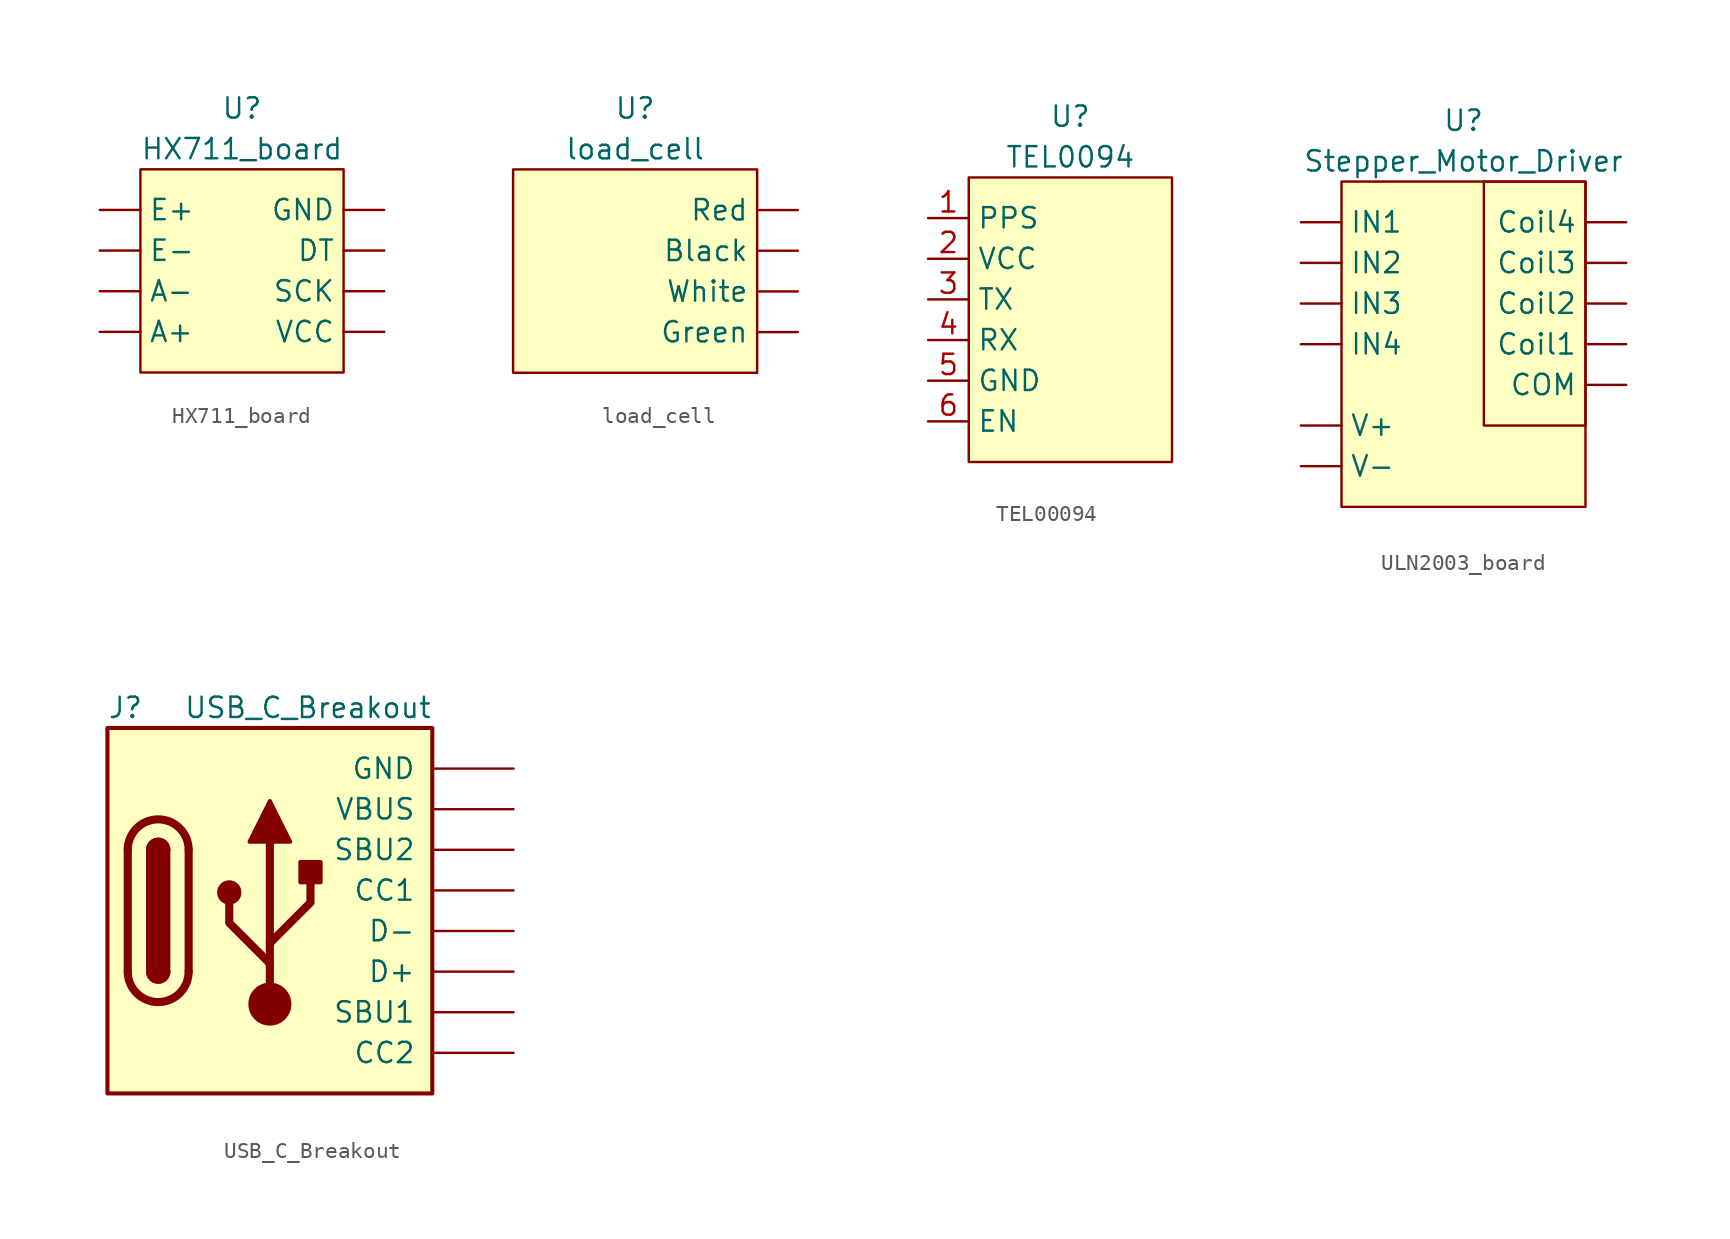
<source format=kicad_sym>
(kicad_symbol_lib
  (version 20220914)
  (generator kicad_symbol_editor)
  (symbol "HX711_board"
    (property "Reference" "U"
      (at 6.35 16.51 0)
      (effects (font (size 1.27 1.27))))
    (property "Value" "HX711_board"
      (at 6.35 13.97 0)
      (effects (font (size 1.27 1.27))))
    (symbol "HX711_board_1_1"
      (rectangle (start 0 12.7) (end 12.7 0) (stroke (width 0) (type default)) (fill (type background)))
      (pin bidirectional line (at -2.54 2.54 0) (length 2.54) (name "A+" (effects (font (size 1.27 1.27)))) (number "" (effects (font (size 1.27 1.27)))))
      (pin bidirectional line (at -2.54 5.08 0) (length 2.54) (name "A-" (effects (font (size 1.27 1.27)))) (number "" (effects (font (size 1.27 1.27)))))
      (pin bidirectional line (at 15.24 7.62 180) (length 2.54) (name "DT" (effects (font (size 1.27 1.27)))) (number "" (effects (font (size 1.27 1.27)))))
      (pin bidirectional line (at -2.54 10.16 0) (length 2.54) (name "E+" (effects (font (size 1.27 1.27)))) (number "" (effects (font (size 1.27 1.27)))))
      (pin bidirectional line (at -2.54 7.62 0) (length 2.54) (name "E-" (effects (font (size 1.27 1.27)))) (number "" (effects (font (size 1.27 1.27)))))
      (pin bidirectional line (at 15.24 10.16 180) (length 2.54) (name "GND" (effects (font (size 1.27 1.27)))) (number "" (effects (font (size 1.27 1.27)))))
      (pin bidirectional line (at 15.24 5.08 180) (length 2.54) (name "SCK" (effects (font (size 1.27 1.27)))) (number "" (effects (font (size 1.27 1.27)))))
      (pin bidirectional line (at 15.24 2.54 180) (length 2.54) (name "VCC" (effects (font (size 1.27 1.27)))) (number "" (effects (font (size 1.27 1.27)))))))
  (symbol "load_cell"
    (property "Reference" "U"
      (at 7.62 16.51 0)
      (effects (font (size 1.27 1.27))))
    (property "Value" "load_cell"
      (at 7.62 13.97 0)
      (effects (font (size 1.27 1.27))))
    (symbol "load_cell_1_1"
      (rectangle (start 0 12.7) (end 15.24 0) (stroke (width 0) (type default)) (fill (type background)))
      (pin bidirectional line (at 17.78 7.62 180) (length 2.54) (name "Black" (effects (font (size 1.27 1.27)))) (number "" (effects (font (size 1.27 1.27)))))
      (pin bidirectional line (at 17.78 2.54 180) (length 2.54) (name "Green" (effects (font (size 1.27 1.27)))) (number "" (effects (font (size 1.27 1.27)))))
      (pin bidirectional line (at 17.78 10.16 180) (length 2.54) (name "Red" (effects (font (size 1.27 1.27)))) (number "" (effects (font (size 1.27 1.27)))))
      (pin bidirectional line (at 17.78 5.08 180) (length 2.54) (name "White" (effects (font (size 1.27 1.27)))) (number "" (effects (font (size 1.27 1.27)))))))
  (symbol "TEL00094"
    (property "Reference" "U"
      (at 6.35 21.59 0)
      (effects (font (size 1.27 1.27))))
    (property "Value" "TEL0094"
      (at 6.35 19.05 0)
      (effects (font (size 1.27 1.27))))
    (symbol "TEL00094_1_1"
      (rectangle (start 0 17.78) (end 12.7 0) (stroke (width 0) (type default)) (fill (type background)))
      (pin bidirectional line (at -2.54 15.24 0) (length 2.54) (name "PPS" (effects (font (size 1.27 1.27)))) (number "1" (effects (font (size 1.27 1.27)))))
      (pin bidirectional line (at -2.54 12.7 0) (length 2.54) (name "VCC" (effects (font (size 1.27 1.27)))) (number "2" (effects (font (size 1.27 1.27)))))
      (pin bidirectional line (at -2.54 10.16 0) (length 2.54) (name "TX" (effects (font (size 1.27 1.27)))) (number "3" (effects (font (size 1.27 1.27)))))
      (pin bidirectional line (at -2.54 7.62 0) (length 2.54) (name "RX" (effects (font (size 1.27 1.27)))) (number "4" (effects (font (size 1.27 1.27)))))
      (pin bidirectional line (at -2.54 5.08 0) (length 2.54) (name "GND" (effects (font (size 1.27 1.27)))) (number "5" (effects (font (size 1.27 1.27)))))
      (pin bidirectional line (at -2.54 2.54 0) (length 2.54) (name "EN" (effects (font (size 1.27 1.27)))) (number "6" (effects (font (size 1.27 1.27)))))))
  (symbol "ULN2003_board"
    (property "Reference" "U"
      (at 7.62 24.13 0)
      (effects (font (size 1.27 1.27))))
    (property "Value" "Stepper_Motor_Driver"
      (at 7.62 21.59 0)
      (effects (font (size 1.27 1.27))))
    (symbol "ULN2003_board_1_1"
      (rectangle (start 0 20.32) (end 15.24 0) (stroke (width 0) (type default)) (fill (type background)))
      (rectangle (start 8.89 5.08) (end 15.24 20.32) (stroke (width 0) (type default)) (fill (type none)))
      (pin bidirectional line (at 17.78 7.62 180) (length 2.54) (name "COM" (effects (font (size 1.27 1.27)))) (number "" (effects (font (size 1.27 1.27)))))
      (pin bidirectional line (at 17.78 10.16 180) (length 2.54) (name "Coil1" (effects (font (size 1.27 1.27)))) (number "" (effects (font (size 1.27 1.27)))))
      (pin bidirectional line (at 17.78 12.7 180) (length 2.54) (name "Coil2" (effects (font (size 1.27 1.27)))) (number "" (effects (font (size 1.27 1.27)))))
      (pin bidirectional line (at 17.78 15.24 180) (length 2.54) (name "Coil3" (effects (font (size 1.27 1.27)))) (number "" (effects (font (size 1.27 1.27)))))
      (pin bidirectional line (at 17.78 17.78 180) (length 2.54) (name "Coil4" (effects (font (size 1.27 1.27)))) (number "" (effects (font (size 1.27 1.27)))))
      (pin bidirectional line (at -2.54 17.78 0) (length 2.54) (name "IN1" (effects (font (size 1.27 1.27)))) (number "" (effects (font (size 1.27 1.27)))))
      (pin bidirectional line (at -2.54 15.24 0) (length 2.54) (name "IN2" (effects (font (size 1.27 1.27)))) (number "" (effects (font (size 1.27 1.27)))))
      (pin bidirectional line (at -2.54 12.7 0) (length 2.54) (name "IN3" (effects (font (size 1.27 1.27)))) (number "" (effects (font (size 1.27 1.27)))))
      (pin bidirectional line (at -2.54 10.16 0) (length 2.54) (name "IN4" (effects (font (size 1.27 1.27)))) (number "" (effects (font (size 1.27 1.27)))))
      (pin bidirectional line (at -2.54 5.08 0) (length 2.54) (name "V+" (effects (font (size 1.27 1.27)))) (number "" (effects (font (size 1.27 1.27)))))
      (pin bidirectional line (at -2.54 2.54 0) (length 2.54) (name "V-" (effects (font (size 1.27 1.27)))) (number "" (effects (font (size 1.27 1.27)))))))
  (symbol "USB_C_Breakout"
    (pin_names
      (offset 1.016))
    (property "Reference" "J"
      (at -10.16 12.7 0)
      (effects (font (size 1.27 1.27)) (justify left)))
    (property "Value" "USB_C_Breakout"
      (at 10.16 12.7 0)
      (effects (font (size 1.27 1.27)) (justify right)))
    (symbol "USB_C_Breakout_0_1"
      (rectangle (start -10.16 11.43) (end 10.16 -11.43) (stroke (width 0.254) (type default)) (fill (type background)))
      (arc (start -8.89 -3.81) (mid -6.985 -5.7067) (end -5.08 -3.81) (stroke (width 0.508) (type default)) (fill (type none)))
      (arc (start -7.62 -3.81) (mid -6.985 -4.4423) (end -6.35 -3.81) (stroke (width 0.254) (type default)) (fill (type none)))
      (arc (start -7.62 -3.81) (mid -6.985 -4.4423) (end -6.35 -3.81) (stroke (width 0.254) (type default)) (fill (type outline)))
      (rectangle (start -7.62 -3.81) (end -6.35 3.81) (stroke (width 0.254) (type default)) (fill (type outline)))
      (arc (start -6.35 3.81) (mid -6.985 4.4423) (end -7.62 3.81) (stroke (width 0.254) (type default)) (fill (type none)))
      (arc (start -6.35 3.81) (mid -6.985 4.4423) (end -7.62 3.81) (stroke (width 0.254) (type default)) (fill (type outline)))
      (arc (start -5.08 3.81) (mid -6.985 5.7067) (end -8.89 3.81) (stroke (width 0.508) (type default)) (fill (type none)))
      (circle (center -2.54 1.143) (radius 0.635) (stroke (width 0.254) (type default)) (fill (type outline)))
      (circle (center 0 -5.842) (radius 1.27) (stroke (width 0) (type default)) (fill (type outline)))
      (polyline (pts (xy -8.89 -3.81) (xy -8.89 3.81)) (stroke (width 0.508) (type default)) (fill (type none)))
      (polyline (pts (xy -5.08 3.81) (xy -5.08 -3.81)) (stroke (width 0.508) (type default)) (fill (type none)))
      (polyline (pts (xy 0 -5.842) (xy 0 4.318)) (stroke (width 0.508) (type default)) (fill (type none)))
      (polyline (pts (xy 0 -3.302) (xy -2.54 -0.762) (xy -2.54 0.508)) (stroke (width 0.508) (type default)) (fill (type none)))
      (polyline (pts (xy 0 -2.032) (xy 2.54 0.508) (xy 2.54 1.778)) (stroke (width 0.508) (type default)) (fill (type none)))
      (polyline (pts (xy -1.27 4.318) (xy 0 6.858) (xy 1.27 4.318) (xy -1.27 4.318)) (stroke (width 0.254) (type default)) (fill (type outline)))
      (rectangle (start 1.905 1.778) (end 3.175 3.048) (stroke (width 0.254) (type default)) (fill (type outline))))
    (symbol "USB_C_Breakout_1_1"
      (pin bidirectional line (at 15.24 1.27 180) (length 5.08) (name "CC1" (effects (font (size 1.27 1.27)))) (number "" (effects (font (size 1.27 1.27)))))
      (pin bidirectional line (at 15.24 -8.89 180) (length 5.08) (name "CC2" (effects (font (size 1.27 1.27)))) (number "" (effects (font (size 1.27 1.27)))))
      (pin bidirectional line (at 15.24 -3.81 180) (length 5.08) (name "D+" (effects (font (size 1.27 1.27)))) (number "" (effects (font (size 1.27 1.27)))))
      (pin bidirectional line (at 15.24 -1.27 180) (length 5.08) (name "D-" (effects (font (size 1.27 1.27)))) (number "" (effects (font (size 1.27 1.27)))))
      (pin passive line (at 15.24 8.89 180) (length 5.08) (name "GND" (effects (font (size 1.27 1.27)))) (number "" (effects (font (size 1.27 1.27)))))
      (pin bidirectional line (at 15.24 -6.35 180) (length 5.08) (name "SBU1" (effects (font (size 1.27 1.27)))) (number "" (effects (font (size 1.27 1.27)))))
      (pin bidirectional line (at 15.24 3.81 180) (length 5.08) (name "SBU2" (effects (font (size 1.27 1.27)))) (number "" (effects (font (size 1.27 1.27)))))
      (pin passive line (at 15.24 6.35 180) (length 5.08) (name "VBUS" (effects (font (size 1.27 1.27)))) (number "" (effects (font (size 1.27 1.27))))))))
</source>
